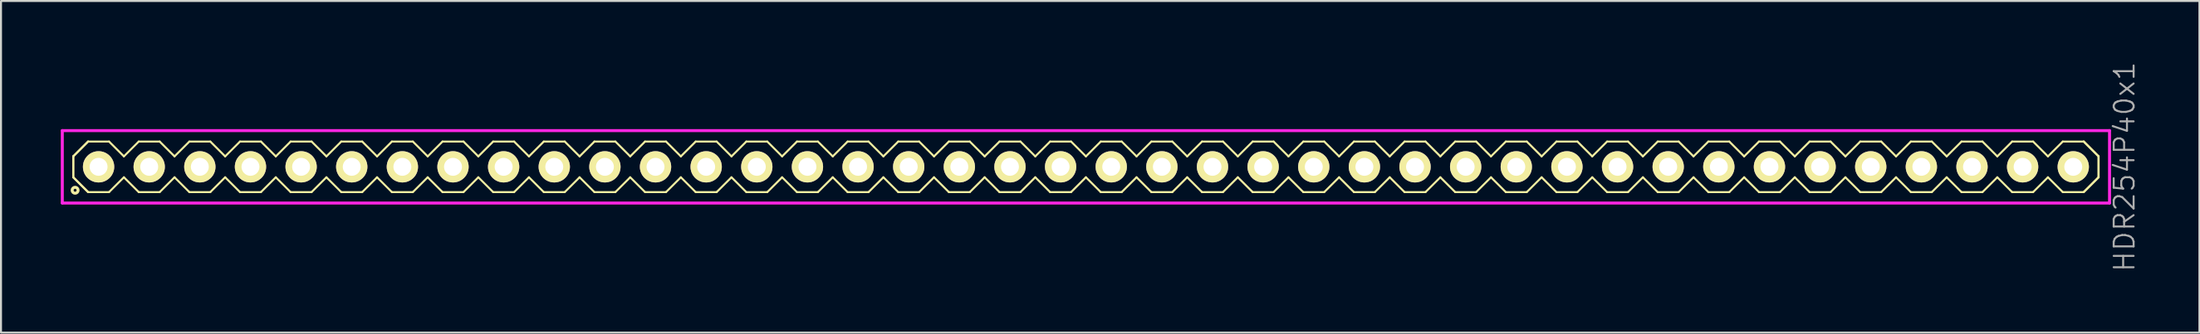
<source format=kicad_pcb>
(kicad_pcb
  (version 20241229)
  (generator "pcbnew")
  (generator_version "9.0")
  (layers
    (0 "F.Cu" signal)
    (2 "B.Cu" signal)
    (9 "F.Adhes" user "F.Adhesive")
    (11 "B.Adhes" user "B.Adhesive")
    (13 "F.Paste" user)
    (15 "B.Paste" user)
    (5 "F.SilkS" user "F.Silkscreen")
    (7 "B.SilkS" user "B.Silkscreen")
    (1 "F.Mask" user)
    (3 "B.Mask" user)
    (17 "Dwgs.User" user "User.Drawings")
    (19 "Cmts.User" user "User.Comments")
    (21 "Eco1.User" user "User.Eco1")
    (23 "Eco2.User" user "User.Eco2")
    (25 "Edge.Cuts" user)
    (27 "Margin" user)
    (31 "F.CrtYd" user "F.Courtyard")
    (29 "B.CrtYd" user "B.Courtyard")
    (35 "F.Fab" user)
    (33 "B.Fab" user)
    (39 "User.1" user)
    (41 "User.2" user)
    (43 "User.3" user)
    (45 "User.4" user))
  (footprint "HDR254P40x1"
    (layer "F.Cu")
    (at 51.425 5.336)
    (property "Reference" "HDR254P40x1" (at 52.1 0 90) (layer "F.Fab") (effects (font (size 1 1) (thickness 0.1))))
    (attr through_hole)
    (fp_line (start -50.8 -0.526) (end -50.056 -1.27) (stroke (width 0.1) (type solid)) (layer "F.SilkS"))
    (fp_line (start -50.8 -0.526) (end -50.056 -1.27) (stroke (width 0.1) (type solid)) (layer "F.SilkS"))
    (fp_line (start -50.8 0.526) (end -50.8 -0.526) (stroke (width 0.1) (type solid)) (layer "F.SilkS"))
    (fp_line (start -50.8 0.526) (end -50.8 -0.526) (stroke (width 0.1) (type solid)) (layer "F.SilkS"))
    (fp_line (start -50.056 -1.27) (end -49.004 -1.27) (stroke (width 0.1) (type solid)) (layer "F.SilkS"))
    (fp_line (start -50.056 1.27) (end -50.8 0.526) (stroke (width 0.1) (type solid)) (layer "F.SilkS"))
    (fp_line (start -50.056 1.27) (end -50.8 0.526) (stroke (width 0.1) (type solid)) (layer "F.SilkS"))
    (fp_line (start -49.004 -1.27) (end -48.26 -0.526) (stroke (width 0.1) (type solid)) (layer "F.SilkS"))
    (fp_line (start -49.004 1.27) (end -50.056 1.27) (stroke (width 0.1) (type solid)) (layer "F.SilkS"))
    (fp_line (start -48.26 -0.526) (end -47.516 -1.27) (stroke (width 0.1) (type solid)) (layer "F.SilkS"))
    (fp_line (start -48.26 0.526) (end -49.004 1.27) (stroke (width 0.1) (type solid)) (layer "F.SilkS"))
    (fp_line (start -47.516 -1.27) (end -46.464 -1.27) (stroke (width 0.1) (type solid)) (layer "F.SilkS"))
    (fp_line (start -47.516 1.27) (end -48.26 0.526) (stroke (width 0.1) (type solid)) (layer "F.SilkS"))
    (fp_line (start -46.464 -1.27) (end -45.72 -0.526) (stroke (width 0.1) (type solid)) (layer "F.SilkS"))
    (fp_line (start -46.464 1.27) (end -47.516 1.27) (stroke (width 0.1) (type solid)) (layer "F.SilkS"))
    (fp_line (start -45.72 -0.526) (end -44.976 -1.27) (stroke (width 0.1) (type solid)) (layer "F.SilkS"))
    (fp_line (start -45.72 0.526) (end -46.464 1.27) (stroke (width 0.1) (type solid)) (layer "F.SilkS"))
    (fp_line (start -44.976 -1.27) (end -43.924 -1.27) (stroke (width 0.1) (type solid)) (layer "F.SilkS"))
    (fp_line (start -44.976 1.27) (end -45.72 0.526) (stroke (width 0.1) (type solid)) (layer "F.SilkS"))
    (fp_line (start -43.924 -1.27) (end -43.18 -0.526) (stroke (width 0.1) (type solid)) (layer "F.SilkS"))
    (fp_line (start -43.924 1.27) (end -44.976 1.27) (stroke (width 0.1) (type solid)) (layer "F.SilkS"))
    (fp_line (start -43.18 -0.526) (end -42.436 -1.27) (stroke (width 0.1) (type solid)) (layer "F.SilkS"))
    (fp_line (start -43.18 0.526) (end -43.924 1.27) (stroke (width 0.1) (type solid)) (layer "F.SilkS"))
    (fp_line (start -42.436 -1.27) (end -41.384 -1.27) (stroke (width 0.1) (type solid)) (layer "F.SilkS"))
    (fp_line (start -42.436 1.27) (end -43.18 0.526) (stroke (width 0.1) (type solid)) (layer "F.SilkS"))
    (fp_line (start -41.384 -1.27) (end -40.64 -0.526) (stroke (width 0.1) (type solid)) (layer "F.SilkS"))
    (fp_line (start -41.384 1.27) (end -42.436 1.27) (stroke (width 0.1) (type solid)) (layer "F.SilkS"))
    (fp_line (start -40.64 -0.526) (end -39.896 -1.27) (stroke (width 0.1) (type solid)) (layer "F.SilkS"))
    (fp_line (start -40.64 0.526) (end -41.384 1.27) (stroke (width 0.1) (type solid)) (layer "F.SilkS"))
    (fp_line (start -39.896 -1.27) (end -38.844 -1.27) (stroke (width 0.1) (type solid)) (layer "F.SilkS"))
    (fp_line (start -39.896 1.27) (end -40.64 0.526) (stroke (width 0.1) (type solid)) (layer "F.SilkS"))
    (fp_line (start -38.844 -1.27) (end -38.1 -0.526) (stroke (width 0.1) (type solid)) (layer "F.SilkS"))
    (fp_line (start -38.844 1.27) (end -39.896 1.27) (stroke (width 0.1) (type solid)) (layer "F.SilkS"))
    (fp_line (start -38.1 -0.526) (end -37.356 -1.27) (stroke (width 0.1) (type solid)) (layer "F.SilkS"))
    (fp_line (start -38.1 0.526) (end -38.844 1.27) (stroke (width 0.1) (type solid)) (layer "F.SilkS"))
    (fp_line (start -37.356 -1.27) (end -36.304 -1.27) (stroke (width 0.1) (type solid)) (layer "F.SilkS"))
    (fp_line (start -37.356 1.27) (end -38.1 0.526) (stroke (width 0.1) (type solid)) (layer "F.SilkS"))
    (fp_line (start -36.304 -1.27) (end -35.56 -0.526) (stroke (width 0.1) (type solid)) (layer "F.SilkS"))
    (fp_line (start -36.304 1.27) (end -37.356 1.27) (stroke (width 0.1) (type solid)) (layer "F.SilkS"))
    (fp_line (start -35.56 -0.526) (end -34.816 -1.27) (stroke (width 0.1) (type solid)) (layer "F.SilkS"))
    (fp_line (start -35.56 0.526) (end -36.304 1.27) (stroke (width 0.1) (type solid)) (layer "F.SilkS"))
    (fp_line (start -34.816 -1.27) (end -33.764 -1.27) (stroke (width 0.1) (type solid)) (layer "F.SilkS"))
    (fp_line (start -34.816 1.27) (end -35.56 0.526) (stroke (width 0.1) (type solid)) (layer "F.SilkS"))
    (fp_line (start -33.764 -1.27) (end -33.02 -0.526) (stroke (width 0.1) (type solid)) (layer "F.SilkS"))
    (fp_line (start -33.764 1.27) (end -34.816 1.27) (stroke (width 0.1) (type solid)) (layer "F.SilkS"))
    (fp_line (start -33.02 -0.526) (end -32.276 -1.27) (stroke (width 0.1) (type solid)) (layer "F.SilkS"))
    (fp_line (start -33.02 0.526) (end -33.764 1.27) (stroke (width 0.1) (type solid)) (layer "F.SilkS"))
    (fp_line (start -32.276 -1.27) (end -31.224 -1.27) (stroke (width 0.1) (type solid)) (layer "F.SilkS"))
    (fp_line (start -32.276 1.27) (end -33.02 0.526) (stroke (width 0.1) (type solid)) (layer "F.SilkS"))
    (fp_line (start -31.224 -1.27) (end -30.48 -0.526) (stroke (width 0.1) (type solid)) (layer "F.SilkS"))
    (fp_line (start -31.224 1.27) (end -32.276 1.27) (stroke (width 0.1) (type solid)) (layer "F.SilkS"))
    (fp_line (start -30.48 -0.526) (end -29.736 -1.27) (stroke (width 0.1) (type solid)) (layer "F.SilkS"))
    (fp_line (start -30.48 0.526) (end -31.224 1.27) (stroke (width 0.1) (type solid)) (layer "F.SilkS"))
    (fp_line (start -29.736 -1.27) (end -28.684 -1.27) (stroke (width 0.1) (type solid)) (layer "F.SilkS"))
    (fp_line (start -29.736 1.27) (end -30.48 0.526) (stroke (width 0.1) (type solid)) (layer "F.SilkS"))
    (fp_line (start -28.684 -1.27) (end -27.94 -0.526) (stroke (width 0.1) (type solid)) (layer "F.SilkS"))
    (fp_line (start -28.684 1.27) (end -29.736 1.27) (stroke (width 0.1) (type solid)) (layer "F.SilkS"))
    (fp_line (start -27.94 -0.526) (end -27.196 -1.27) (stroke (width 0.1) (type solid)) (layer "F.SilkS"))
    (fp_line (start -27.94 0.526) (end -28.684 1.27) (stroke (width 0.1) (type solid)) (layer "F.SilkS"))
    (fp_line (start -27.196 -1.27) (end -26.144 -1.27) (stroke (width 0.1) (type solid)) (layer "F.SilkS"))
    (fp_line (start -27.196 1.27) (end -27.94 0.526) (stroke (width 0.1) (type solid)) (layer "F.SilkS"))
    (fp_line (start -26.144 -1.27) (end -25.4 -0.526) (stroke (width 0.1) (type solid)) (layer "F.SilkS"))
    (fp_line (start -26.144 1.27) (end -27.196 1.27) (stroke (width 0.1) (type solid)) (layer "F.SilkS"))
    (fp_line (start -25.4 -0.526) (end -24.656 -1.27) (stroke (width 0.1) (type solid)) (layer "F.SilkS"))
    (fp_line (start -25.4 0.526) (end -26.144 1.27) (stroke (width 0.1) (type solid)) (layer "F.SilkS"))
    (fp_line (start -24.656 -1.27) (end -23.604 -1.27) (stroke (width 0.1) (type solid)) (layer "F.SilkS"))
    (fp_line (start -24.656 1.27) (end -25.4 0.526) (stroke (width 0.1) (type solid)) (layer "F.SilkS"))
    (fp_line (start -23.604 -1.27) (end -22.86 -0.526) (stroke (width 0.1) (type solid)) (layer "F.SilkS"))
    (fp_line (start -23.604 1.27) (end -24.656 1.27) (stroke (width 0.1) (type solid)) (layer "F.SilkS"))
    (fp_line (start -22.86 -0.526) (end -22.116 -1.27) (stroke (width 0.1) (type solid)) (layer "F.SilkS"))
    (fp_line (start -22.86 0.526) (end -23.604 1.27) (stroke (width 0.1) (type solid)) (layer "F.SilkS"))
    (fp_line (start -22.116 -1.27) (end -21.064 -1.27) (stroke (width 0.1) (type solid)) (layer "F.SilkS"))
    (fp_line (start -22.116 1.27) (end -22.86 0.526) (stroke (width 0.1) (type solid)) (layer "F.SilkS"))
    (fp_line (start -21.064 -1.27) (end -20.32 -0.526) (stroke (width 0.1) (type solid)) (layer "F.SilkS"))
    (fp_line (start -21.064 1.27) (end -22.116 1.27) (stroke (width 0.1) (type solid)) (layer "F.SilkS"))
    (fp_line (start -20.32 -0.526) (end -19.576 -1.27) (stroke (width 0.1) (type solid)) (layer "F.SilkS"))
    (fp_line (start -20.32 0.526) (end -21.064 1.27) (stroke (width 0.1) (type solid)) (layer "F.SilkS"))
    (fp_line (start -19.576 -1.27) (end -18.524 -1.27) (stroke (width 0.1) (type solid)) (layer "F.SilkS"))
    (fp_line (start -19.576 1.27) (end -20.32 0.526) (stroke (width 0.1) (type solid)) (layer "F.SilkS"))
    (fp_line (start -18.524 -1.27) (end -17.78 -0.526) (stroke (width 0.1) (type solid)) (layer "F.SilkS"))
    (fp_line (start -18.524 1.27) (end -19.576 1.27) (stroke (width 0.1) (type solid)) (layer "F.SilkS"))
    (fp_line (start -17.78 -0.526) (end -17.036 -1.27) (stroke (width 0.1) (type solid)) (layer "F.SilkS"))
    (fp_line (start -17.78 0.526) (end -18.524 1.27) (stroke (width 0.1) (type solid)) (layer "F.SilkS"))
    (fp_line (start -17.036 -1.27) (end -15.984 -1.27) (stroke (width 0.1) (type solid)) (layer "F.SilkS"))
    (fp_line (start -17.036 1.27) (end -17.78 0.526) (stroke (width 0.1) (type solid)) (layer "F.SilkS"))
    (fp_line (start -15.984 -1.27) (end -15.24 -0.526) (stroke (width 0.1) (type solid)) (layer "F.SilkS"))
    (fp_line (start -15.984 1.27) (end -17.036 1.27) (stroke (width 0.1) (type solid)) (layer "F.SilkS"))
    (fp_line (start -15.24 -0.526) (end -14.496 -1.27) (stroke (width 0.1) (type solid)) (layer "F.SilkS"))
    (fp_line (start -15.24 0.526) (end -15.984 1.27) (stroke (width 0.1) (type solid)) (layer "F.SilkS"))
    (fp_line (start -14.496 -1.27) (end -13.444 -1.27) (stroke (width 0.1) (type solid)) (layer "F.SilkS"))
    (fp_line (start -14.496 1.27) (end -15.24 0.526) (stroke (width 0.1) (type solid)) (layer "F.SilkS"))
    (fp_line (start -13.444 -1.27) (end -12.7 -0.526) (stroke (width 0.1) (type solid)) (layer "F.SilkS"))
    (fp_line (start -13.444 1.27) (end -14.496 1.27) (stroke (width 0.1) (type solid)) (layer "F.SilkS"))
    (fp_line (start -12.7 -0.526) (end -11.956 -1.27) (stroke (width 0.1) (type solid)) (layer "F.SilkS"))
    (fp_line (start -12.7 0.526) (end -13.444 1.27) (stroke (width 0.1) (type solid)) (layer "F.SilkS"))
    (fp_line (start -11.956 -1.27) (end -10.904 -1.27) (stroke (width 0.1) (type solid)) (layer "F.SilkS"))
    (fp_line (start -11.956 1.27) (end -12.7 0.526) (stroke (width 0.1) (type solid)) (layer "F.SilkS"))
    (fp_line (start -10.904 -1.27) (end -10.16 -0.526) (stroke (width 0.1) (type solid)) (layer "F.SilkS"))
    (fp_line (start -10.904 1.27) (end -11.956 1.27) (stroke (width 0.1) (type solid)) (layer "F.SilkS"))
    (fp_line (start -10.16 -0.526) (end -9.416 -1.27) (stroke (width 0.1) (type solid)) (layer "F.SilkS"))
    (fp_line (start -10.16 0.526) (end -10.904 1.27) (stroke (width 0.1) (type solid)) (layer "F.SilkS"))
    (fp_line (start -9.416 -1.27) (end -8.364 -1.27) (stroke (width 0.1) (type solid)) (layer "F.SilkS"))
    (fp_line (start -9.416 1.27) (end -10.16 0.526) (stroke (width 0.1) (type solid)) (layer "F.SilkS"))
    (fp_line (start -8.364 -1.27) (end -7.62 -0.526) (stroke (width 0.1) (type solid)) (layer "F.SilkS"))
    (fp_line (start -8.364 1.27) (end -9.416 1.27) (stroke (width 0.1) (type solid)) (layer "F.SilkS"))
    (fp_line (start -7.62 -0.526) (end -6.876 -1.27) (stroke (width 0.1) (type solid)) (layer "F.SilkS"))
    (fp_line (start -7.62 0.526) (end -8.364 1.27) (stroke (width 0.1) (type solid)) (layer "F.SilkS"))
    (fp_line (start -6.876 -1.27) (end -5.824 -1.27) (stroke (width 0.1) (type solid)) (layer "F.SilkS"))
    (fp_line (start -6.876 1.27) (end -7.62 0.526) (stroke (width 0.1) (type solid)) (layer "F.SilkS"))
    (fp_line (start -5.824 -1.27) (end -5.08 -0.526) (stroke (width 0.1) (type solid)) (layer "F.SilkS"))
    (fp_line (start -5.824 1.27) (end -6.876 1.27) (stroke (width 0.1) (type solid)) (layer "F.SilkS"))
    (fp_line (start -5.08 -0.526) (end -4.336 -1.27) (stroke (width 0.1) (type solid)) (layer "F.SilkS"))
    (fp_line (start -5.08 0.526) (end -5.824 1.27) (stroke (width 0.1) (type solid)) (layer "F.SilkS"))
    (fp_line (start -4.336 -1.27) (end -3.284 -1.27) (stroke (width 0.1) (type solid)) (layer "F.SilkS"))
    (fp_line (start -4.336 1.27) (end -5.08 0.526) (stroke (width 0.1) (type solid)) (layer "F.SilkS"))
    (fp_line (start -3.284 -1.27) (end -2.54 -0.526) (stroke (width 0.1) (type solid)) (layer "F.SilkS"))
    (fp_line (start -3.284 1.27) (end -4.336 1.27) (stroke (width 0.1) (type solid)) (layer "F.SilkS"))
    (fp_line (start -2.54 -0.526) (end -1.796 -1.27) (stroke (width 0.1) (type solid)) (layer "F.SilkS"))
    (fp_line (start -2.54 0.526) (end -3.284 1.27) (stroke (width 0.1) (type solid)) (layer "F.SilkS"))
    (fp_line (start -1.796 -1.27) (end -0.744 -1.27) (stroke (width 0.1) (type solid)) (layer "F.SilkS"))
    (fp_line (start -1.796 1.27) (end -2.54 0.526) (stroke (width 0.1) (type solid)) (layer "F.SilkS"))
    (fp_line (start -0.744 -1.27) (end 0 -0.526) (stroke (width 0.1) (type solid)) (layer "F.SilkS"))
    (fp_line (start -0.744 1.27) (end -1.796 1.27) (stroke (width 0.1) (type solid)) (layer "F.SilkS"))
    (fp_line (start 0 -0.526) (end 0.744 -1.27) (stroke (width 0.1) (type solid)) (layer "F.SilkS"))
    (fp_line (start 0 0.526) (end -0.744 1.27) (stroke (width 0.1) (type solid)) (layer "F.SilkS"))
    (fp_line (start 0.744 -1.27) (end 1.796 -1.27) (stroke (width 0.1) (type solid)) (layer "F.SilkS"))
    (fp_line (start 0.744 1.27) (end 0 0.526) (stroke (width 0.1) (type solid)) (layer "F.SilkS"))
    (fp_line (start 1.796 -1.27) (end 2.54 -0.526) (stroke (width 0.1) (type solid)) (layer "F.SilkS"))
    (fp_line (start 1.796 1.27) (end 0.744 1.27) (stroke (width 0.1) (type solid)) (layer "F.SilkS"))
    (fp_line (start 2.54 -0.526) (end 3.284 -1.27) (stroke (width 0.1) (type solid)) (layer "F.SilkS"))
    (fp_line (start 2.54 0.526) (end 1.796 1.27) (stroke (width 0.1) (type solid)) (layer "F.SilkS"))
    (fp_line (start 3.284 -1.27) (end 4.336 -1.27) (stroke (width 0.1) (type solid)) (layer "F.SilkS"))
    (fp_line (start 3.284 1.27) (end 2.54 0.526) (stroke (width 0.1) (type solid)) (layer "F.SilkS"))
    (fp_line (start 4.336 -1.27) (end 5.08 -0.526) (stroke (width 0.1) (type solid)) (layer "F.SilkS"))
    (fp_line (start 4.336 1.27) (end 3.284 1.27) (stroke (width 0.1) (type solid)) (layer "F.SilkS"))
    (fp_line (start 5.08 -0.526) (end 5.824 -1.27) (stroke (width 0.1) (type solid)) (layer "F.SilkS"))
    (fp_line (start 5.08 0.526) (end 4.336 1.27) (stroke (width 0.1) (type solid)) (layer "F.SilkS"))
    (fp_line (start 5.824 -1.27) (end 6.876 -1.27) (stroke (width 0.1) (type solid)) (layer "F.SilkS"))
    (fp_line (start 5.824 1.27) (end 5.08 0.526) (stroke (width 0.1) (type solid)) (layer "F.SilkS"))
    (fp_line (start 6.876 -1.27) (end 7.62 -0.526) (stroke (width 0.1) (type solid)) (layer "F.SilkS"))
    (fp_line (start 6.876 1.27) (end 5.824 1.27) (stroke (width 0.1) (type solid)) (layer "F.SilkS"))
    (fp_line (start 7.62 -0.526) (end 8.364 -1.27) (stroke (width 0.1) (type solid)) (layer "F.SilkS"))
    (fp_line (start 7.62 0.526) (end 6.876 1.27) (stroke (width 0.1) (type solid)) (layer "F.SilkS"))
    (fp_line (start 8.364 -1.27) (end 9.416 -1.27) (stroke (width 0.1) (type solid)) (layer "F.SilkS"))
    (fp_line (start 8.364 1.27) (end 7.62 0.526) (stroke (width 0.1) (type solid)) (layer "F.SilkS"))
    (fp_line (start 9.416 -1.27) (end 10.16 -0.526) (stroke (width 0.1) (type solid)) (layer "F.SilkS"))
    (fp_line (start 9.416 1.27) (end 8.364 1.27) (stroke (width 0.1) (type solid)) (layer "F.SilkS"))
    (fp_line (start 10.16 -0.526) (end 10.904 -1.27) (stroke (width 0.1) (type solid)) (layer "F.SilkS"))
    (fp_line (start 10.16 0.526) (end 9.416 1.27) (stroke (width 0.1) (type solid)) (layer "F.SilkS"))
    (fp_line (start 10.904 -1.27) (end 11.956 -1.27) (stroke (width 0.1) (type solid)) (layer "F.SilkS"))
    (fp_line (start 10.904 1.27) (end 10.16 0.526) (stroke (width 0.1) (type solid)) (layer "F.SilkS"))
    (fp_line (start 11.956 -1.27) (end 12.7 -0.526) (stroke (width 0.1) (type solid)) (layer "F.SilkS"))
    (fp_line (start 11.956 1.27) (end 10.904 1.27) (stroke (width 0.1) (type solid)) (layer "F.SilkS"))
    (fp_line (start 12.7 -0.526) (end 13.444 -1.27) (stroke (width 0.1) (type solid)) (layer "F.SilkS"))
    (fp_line (start 12.7 0.526) (end 11.956 1.27) (stroke (width 0.1) (type solid)) (layer "F.SilkS"))
    (fp_line (start 13.444 -1.27) (end 14.496 -1.27) (stroke (width 0.1) (type solid)) (layer "F.SilkS"))
    (fp_line (start 13.444 1.27) (end 12.7 0.526) (stroke (width 0.1) (type solid)) (layer "F.SilkS"))
    (fp_line (start 14.496 -1.27) (end 15.24 -0.526) (stroke (width 0.1) (type solid)) (layer "F.SilkS"))
    (fp_line (start 14.496 1.27) (end 13.444 1.27) (stroke (width 0.1) (type solid)) (layer "F.SilkS"))
    (fp_line (start 15.24 -0.526) (end 15.984 -1.27) (stroke (width 0.1) (type solid)) (layer "F.SilkS"))
    (fp_line (start 15.24 0.526) (end 14.496 1.27) (stroke (width 0.1) (type solid)) (layer "F.SilkS"))
    (fp_line (start 15.984 -1.27) (end 17.036 -1.27) (stroke (width 0.1) (type solid)) (layer "F.SilkS"))
    (fp_line (start 15.984 1.27) (end 15.24 0.526) (stroke (width 0.1) (type solid)) (layer "F.SilkS"))
    (fp_line (start 17.036 -1.27) (end 17.78 -0.526) (stroke (width 0.1) (type solid)) (layer "F.SilkS"))
    (fp_line (start 17.036 1.27) (end 15.984 1.27) (stroke (width 0.1) (type solid)) (layer "F.SilkS"))
    (fp_line (start 17.78 -0.526) (end 18.524 -1.27) (stroke (width 0.1) (type solid)) (layer "F.SilkS"))
    (fp_line (start 17.78 0.526) (end 17.036 1.27) (stroke (width 0.1) (type solid)) (layer "F.SilkS"))
    (fp_line (start 18.524 -1.27) (end 19.576 -1.27) (stroke (width 0.1) (type solid)) (layer "F.SilkS"))
    (fp_line (start 18.524 1.27) (end 17.78 0.526) (stroke (width 0.1) (type solid)) (layer "F.SilkS"))
    (fp_line (start 19.576 -1.27) (end 20.32 -0.526) (stroke (width 0.1) (type solid)) (layer "F.SilkS"))
    (fp_line (start 19.576 1.27) (end 18.524 1.27) (stroke (width 0.1) (type solid)) (layer "F.SilkS"))
    (fp_line (start 20.32 -0.526) (end 21.064 -1.27) (stroke (width 0.1) (type solid)) (layer "F.SilkS"))
    (fp_line (start 20.32 0.526) (end 19.576 1.27) (stroke (width 0.1) (type solid)) (layer "F.SilkS"))
    (fp_line (start 21.064 -1.27) (end 22.116 -1.27) (stroke (width 0.1) (type solid)) (layer "F.SilkS"))
    (fp_line (start 21.064 1.27) (end 20.32 0.526) (stroke (width 0.1) (type solid)) (layer "F.SilkS"))
    (fp_line (start 22.116 -1.27) (end 22.86 -0.526) (stroke (width 0.1) (type solid)) (layer "F.SilkS"))
    (fp_line (start 22.116 1.27) (end 21.064 1.27) (stroke (width 0.1) (type solid)) (layer "F.SilkS"))
    (fp_line (start 22.86 -0.526) (end 23.604 -1.27) (stroke (width 0.1) (type solid)) (layer "F.SilkS"))
    (fp_line (start 22.86 0.526) (end 22.116 1.27) (stroke (width 0.1) (type solid)) (layer "F.SilkS"))
    (fp_line (start 23.604 -1.27) (end 24.656 -1.27) (stroke (width 0.1) (type solid)) (layer "F.SilkS"))
    (fp_line (start 23.604 1.27) (end 22.86 0.526) (stroke (width 0.1) (type solid)) (layer "F.SilkS"))
    (fp_line (start 24.656 -1.27) (end 25.4 -0.526) (stroke (width 0.1) (type solid)) (layer "F.SilkS"))
    (fp_line (start 24.656 1.27) (end 23.604 1.27) (stroke (width 0.1) (type solid)) (layer "F.SilkS"))
    (fp_line (start 25.4 -0.526) (end 26.144 -1.27) (stroke (width 0.1) (type solid)) (layer "F.SilkS"))
    (fp_line (start 25.4 0.526) (end 24.656 1.27) (stroke (width 0.1) (type solid)) (layer "F.SilkS"))
    (fp_line (start 26.144 -1.27) (end 27.196 -1.27) (stroke (width 0.1) (type solid)) (layer "F.SilkS"))
    (fp_line (start 26.144 1.27) (end 25.4 0.526) (stroke (width 0.1) (type solid)) (layer "F.SilkS"))
    (fp_line (start 27.196 -1.27) (end 27.94 -0.526) (stroke (width 0.1) (type solid)) (layer "F.SilkS"))
    (fp_line (start 27.196 1.27) (end 26.144 1.27) (stroke (width 0.1) (type solid)) (layer "F.SilkS"))
    (fp_line (start 27.94 -0.526) (end 28.684 -1.27) (stroke (width 0.1) (type solid)) (layer "F.SilkS"))
    (fp_line (start 27.94 0.526) (end 27.196 1.27) (stroke (width 0.1) (type solid)) (layer "F.SilkS"))
    (fp_line (start 28.684 -1.27) (end 29.736 -1.27) (stroke (width 0.1) (type solid)) (layer "F.SilkS"))
    (fp_line (start 28.684 1.27) (end 27.94 0.526) (stroke (width 0.1) (type solid)) (layer "F.SilkS"))
    (fp_line (start 29.736 -1.27) (end 30.48 -0.526) (stroke (width 0.1) (type solid)) (layer "F.SilkS"))
    (fp_line (start 29.736 1.27) (end 28.684 1.27) (stroke (width 0.1) (type solid)) (layer "F.SilkS"))
    (fp_line (start 30.48 -0.526) (end 31.224 -1.27) (stroke (width 0.1) (type solid)) (layer "F.SilkS"))
    (fp_line (start 30.48 0.526) (end 29.736 1.27) (stroke (width 0.1) (type solid)) (layer "F.SilkS"))
    (fp_line (start 31.224 -1.27) (end 32.276 -1.27) (stroke (width 0.1) (type solid)) (layer "F.SilkS"))
    (fp_line (start 31.224 1.27) (end 30.48 0.526) (stroke (width 0.1) (type solid)) (layer "F.SilkS"))
    (fp_line (start 32.276 -1.27) (end 33.02 -0.526) (stroke (width 0.1) (type solid)) (layer "F.SilkS"))
    (fp_line (start 32.276 1.27) (end 31.224 1.27) (stroke (width 0.1) (type solid)) (layer "F.SilkS"))
    (fp_line (start 33.02 -0.526) (end 33.764 -1.27) (stroke (width 0.1) (type solid)) (layer "F.SilkS"))
    (fp_line (start 33.02 0.526) (end 32.276 1.27) (stroke (width 0.1) (type solid)) (layer "F.SilkS"))
    (fp_line (start 33.764 -1.27) (end 34.816 -1.27) (stroke (width 0.1) (type solid)) (layer "F.SilkS"))
    (fp_line (start 33.764 1.27) (end 33.02 0.526) (stroke (width 0.1) (type solid)) (layer "F.SilkS"))
    (fp_line (start 34.816 -1.27) (end 35.56 -0.526) (stroke (width 0.1) (type solid)) (layer "F.SilkS"))
    (fp_line (start 34.816 1.27) (end 33.764 1.27) (stroke (width 0.1) (type solid)) (layer "F.SilkS"))
    (fp_line (start 35.56 -0.526) (end 36.304 -1.27) (stroke (width 0.1) (type solid)) (layer "F.SilkS"))
    (fp_line (start 35.56 0.526) (end 34.816 1.27) (stroke (width 0.1) (type solid)) (layer "F.SilkS"))
    (fp_line (start 36.304 -1.27) (end 37.356 -1.27) (stroke (width 0.1) (type solid)) (layer "F.SilkS"))
    (fp_line (start 36.304 1.27) (end 35.56 0.526) (stroke (width 0.1) (type solid)) (layer "F.SilkS"))
    (fp_line (start 37.356 -1.27) (end 38.1 -0.526) (stroke (width 0.1) (type solid)) (layer "F.SilkS"))
    (fp_line (start 37.356 1.27) (end 36.304 1.27) (stroke (width 0.1) (type solid)) (layer "F.SilkS"))
    (fp_line (start 38.1 -0.526) (end 38.844 -1.27) (stroke (width 0.1) (type solid)) (layer "F.SilkS"))
    (fp_line (start 38.1 0.526) (end 37.356 1.27) (stroke (width 0.1) (type solid)) (layer "F.SilkS"))
    (fp_line (start 38.844 -1.27) (end 39.896 -1.27) (stroke (width 0.1) (type solid)) (layer "F.SilkS"))
    (fp_line (start 38.844 1.27) (end 38.1 0.526) (stroke (width 0.1) (type solid)) (layer "F.SilkS"))
    (fp_line (start 39.896 -1.27) (end 40.64 -0.526) (stroke (width 0.1) (type solid)) (layer "F.SilkS"))
    (fp_line (start 39.896 1.27) (end 38.844 1.27) (stroke (width 0.1) (type solid)) (layer "F.SilkS"))
    (fp_line (start 40.64 -0.526) (end 41.384 -1.27) (stroke (width 0.1) (type solid)) (layer "F.SilkS"))
    (fp_line (start 40.64 0.526) (end 39.896 1.27) (stroke (width 0.1) (type solid)) (layer "F.SilkS"))
    (fp_line (start 41.384 -1.27) (end 42.436 -1.27) (stroke (width 0.1) (type solid)) (layer "F.SilkS"))
    (fp_line (start 41.384 1.27) (end 40.64 0.526) (stroke (width 0.1) (type solid)) (layer "F.SilkS"))
    (fp_line (start 42.436 -1.27) (end 43.18 -0.526) (stroke (width 0.1) (type solid)) (layer "F.SilkS"))
    (fp_line (start 42.436 1.27) (end 41.384 1.27) (stroke (width 0.1) (type solid)) (layer "F.SilkS"))
    (fp_line (start 43.18 -0.526) (end 43.924 -1.27) (stroke (width 0.1) (type solid)) (layer "F.SilkS"))
    (fp_line (start 43.18 0.526) (end 42.436 1.27) (stroke (width 0.1) (type solid)) (layer "F.SilkS"))
    (fp_line (start 43.924 -1.27) (end 44.976 -1.27) (stroke (width 0.1) (type solid)) (layer "F.SilkS"))
    (fp_line (start 43.924 1.27) (end 43.18 0.526) (stroke (width 0.1) (type solid)) (layer "F.SilkS"))
    (fp_line (start 44.976 -1.27) (end 45.72 -0.526) (stroke (width 0.1) (type solid)) (layer "F.SilkS"))
    (fp_line (start 44.976 1.27) (end 43.924 1.27) (stroke (width 0.1) (type solid)) (layer "F.SilkS"))
    (fp_line (start 45.72 -0.526) (end 46.464 -1.27) (stroke (width 0.1) (type solid)) (layer "F.SilkS"))
    (fp_line (start 45.72 0.526) (end 44.976 1.27) (stroke (width 0.1) (type solid)) (layer "F.SilkS"))
    (fp_line (start 46.464 -1.27) (end 47.516 -1.27) (stroke (width 0.1) (type solid)) (layer "F.SilkS"))
    (fp_line (start 46.464 1.27) (end 45.72 0.526) (stroke (width 0.1) (type solid)) (layer "F.SilkS"))
    (fp_line (start 47.516 -1.27) (end 48.26 -0.526) (stroke (width 0.1) (type solid)) (layer "F.SilkS"))
    (fp_line (start 47.516 1.27) (end 46.464 1.27) (stroke (width 0.1) (type solid)) (layer "F.SilkS"))
    (fp_line (start 48.26 -0.526) (end 49.004 -1.27) (stroke (width 0.1) (type solid)) (layer "F.SilkS"))
    (fp_line (start 48.26 0.526) (end 47.516 1.27) (stroke (width 0.1) (type solid)) (layer "F.SilkS"))
    (fp_line (start 49.004 -1.27) (end 50.056 -1.27) (stroke (width 0.1) (type solid)) (layer "F.SilkS"))
    (fp_line (start 49.004 1.27) (end 48.26 0.526) (stroke (width 0.1) (type solid)) (layer "F.SilkS"))
    (fp_line (start 50.056 -1.27) (end 50.8 -0.526) (stroke (width 0.1) (type solid)) (layer "F.SilkS"))
    (fp_line (start 50.056 -1.27) (end 50.8 -0.526) (stroke (width 0.1) (type solid)) (layer "F.SilkS"))
    (fp_line (start 50.056 1.27) (end 49.004 1.27) (stroke (width 0.1) (type solid)) (layer "F.SilkS"))
    (fp_line (start 50.8 -0.526) (end 50.8 0.526) (stroke (width 0.1) (type solid)) (layer "F.SilkS"))
    (fp_line (start 50.8 -0.526) (end 50.8 0.526) (stroke (width 0.1) (type solid)) (layer "F.SilkS"))
    (fp_line (start 50.8 0.526) (end 50.056 1.27) (stroke (width 0.1) (type solid)) (layer "F.SilkS"))
    (fp_line (start 50.8 0.526) (end 50.056 1.27) (stroke (width 0.1) (type solid)) (layer "F.SilkS"))
    (fp_circle (center -50.707 1.178) (end -50.558 1.178) (stroke (width 0.15) (type solid)) (fill no) (layer "F.SilkS"))
    (fp_line (start -51.35 -1.82) (end -51.35 1.82) (stroke (width 0.15) (type solid)) (layer "F.CrtYd"))
    (fp_line (start -51.35 1.82) (end 51.35 1.82) (stroke (width 0.15) (type solid)) (layer "F.CrtYd"))
    (fp_line (start 51.35 -1.82) (end -51.35 -1.82) (stroke (width 0.15) (type solid)) (layer "F.CrtYd"))
    (fp_line (start 51.35 1.82) (end 51.35 -1.82) (stroke (width 0.15) (type solid)) (layer "F.CrtYd"))
    (pad "1" thru_hole oval (at -49.53 0) (size 1.57 1.57) (drill 0.9) (layers "*.Cu" "*.Mask" "F.SilkS"))
    (pad "2" thru_hole oval (at -46.99 0) (size 1.57 1.57) (drill 0.9) (layers "*.Cu" "*.Mask" "F.SilkS"))
    (pad "3" thru_hole oval (at -44.45 0) (size 1.57 1.57) (drill 0.9) (layers "*.Cu" "*.Mask" "F.SilkS"))
    (pad "4" thru_hole oval (at -41.91 0) (size 1.57 1.57) (drill 0.9) (layers "*.Cu" "*.Mask" "F.SilkS"))
    (pad "5" thru_hole oval (at -39.37 0) (size 1.57 1.57) (drill 0.9) (layers "*.Cu" "*.Mask" "F.SilkS"))
    (pad "6" thru_hole oval (at -36.83 0) (size 1.57 1.57) (drill 0.9) (layers "*.Cu" "*.Mask" "F.SilkS"))
    (pad "7" thru_hole oval (at -34.29 0) (size 1.57 1.57) (drill 0.9) (layers "*.Cu" "*.Mask" "F.SilkS"))
    (pad "8" thru_hole oval (at -31.75 0) (size 1.57 1.57) (drill 0.9) (layers "*.Cu" "*.Mask" "F.SilkS"))
    (pad "9" thru_hole oval (at -29.21 0) (size 1.57 1.57) (drill 0.9) (layers "*.Cu" "*.Mask" "F.SilkS"))
    (pad "10" thru_hole oval (at -26.67 0) (size 1.57 1.57) (drill 0.9) (layers "*.Cu" "*.Mask" "F.SilkS"))
    (pad "11" thru_hole oval (at -24.13 0) (size 1.57 1.57) (drill 0.9) (layers "*.Cu" "*.Mask" "F.SilkS"))
    (pad "12" thru_hole oval (at -21.59 0) (size 1.57 1.57) (drill 0.9) (layers "*.Cu" "*.Mask" "F.SilkS"))
    (pad "13" thru_hole oval (at -19.05 0) (size 1.57 1.57) (drill 0.9) (layers "*.Cu" "*.Mask" "F.SilkS"))
    (pad "14" thru_hole oval (at -16.51 0) (size 1.57 1.57) (drill 0.9) (layers "*.Cu" "*.Mask" "F.SilkS"))
    (pad "15" thru_hole oval (at -13.97 0) (size 1.57 1.57) (drill 0.9) (layers "*.Cu" "*.Mask" "F.SilkS"))
    (pad "16" thru_hole oval (at -11.43 0) (size 1.57 1.57) (drill 0.9) (layers "*.Cu" "*.Mask" "F.SilkS"))
    (pad "17" thru_hole oval (at -8.89 0) (size 1.57 1.57) (drill 0.9) (layers "*.Cu" "*.Mask" "F.SilkS"))
    (pad "18" thru_hole oval (at -6.35 0) (size 1.57 1.57) (drill 0.9) (layers "*.Cu" "*.Mask" "F.SilkS"))
    (pad "19" thru_hole oval (at -3.81 0) (size 1.57 1.57) (drill 0.9) (layers "*.Cu" "*.Mask" "F.SilkS"))
    (pad "20" thru_hole oval (at -1.27 0) (size 1.57 1.57) (drill 0.9) (layers "*.Cu" "*.Mask" "F.SilkS"))
    (pad "21" thru_hole oval (at 1.27 0) (size 1.57 1.57) (drill 0.9) (layers "*.Cu" "*.Mask" "F.SilkS"))
    (pad "22" thru_hole oval (at 3.81 0) (size 1.57 1.57) (drill 0.9) (layers "*.Cu" "*.Mask" "F.SilkS"))
    (pad "23" thru_hole oval (at 6.35 0) (size 1.57 1.57) (drill 0.9) (layers "*.Cu" "*.Mask" "F.SilkS"))
    (pad "24" thru_hole oval (at 8.89 0) (size 1.57 1.57) (drill 0.9) (layers "*.Cu" "*.Mask" "F.SilkS"))
    (pad "25" thru_hole oval (at 11.43 0) (size 1.57 1.57) (drill 0.9) (layers "*.Cu" "*.Mask" "F.SilkS"))
    (pad "26" thru_hole oval (at 13.97 0) (size 1.57 1.57) (drill 0.9) (layers "*.Cu" "*.Mask" "F.SilkS"))
    (pad "27" thru_hole oval (at 16.51 0) (size 1.57 1.57) (drill 0.9) (layers "*.Cu" "*.Mask" "F.SilkS"))
    (pad "28" thru_hole oval (at 19.05 0) (size 1.57 1.57) (drill 0.9) (layers "*.Cu" "*.Mask" "F.SilkS"))
    (pad "29" thru_hole oval (at 21.59 0) (size 1.57 1.57) (drill 0.9) (layers "*.Cu" "*.Mask" "F.SilkS"))
    (pad "30" thru_hole oval (at 24.13 0) (size 1.57 1.57) (drill 0.9) (layers "*.Cu" "*.Mask" "F.SilkS"))
    (pad "31" thru_hole oval (at 26.67 0) (size 1.57 1.57) (drill 0.9) (layers "*.Cu" "*.Mask" "F.SilkS"))
    (pad "32" thru_hole oval (at 29.21 0) (size 1.57 1.57) (drill 0.9) (layers "*.Cu" "*.Mask" "F.SilkS"))
    (pad "33" thru_hole oval (at 31.75 0) (size 1.57 1.57) (drill 0.9) (layers "*.Cu" "*.Mask" "F.SilkS"))
    (pad "34" thru_hole oval (at 34.29 0) (size 1.57 1.57) (drill 0.9) (layers "*.Cu" "*.Mask" "F.SilkS"))
    (pad "35" thru_hole oval (at 36.83 0) (size 1.57 1.57) (drill 0.9) (layers "*.Cu" "*.Mask" "F.SilkS"))
    (pad "36" thru_hole oval (at 39.37 0) (size 1.57 1.57) (drill 0.9) (layers "*.Cu" "*.Mask" "F.SilkS"))
    (pad "37" thru_hole oval (at 41.91 0) (size 1.57 1.57) (drill 0.9) (layers "*.Cu" "*.Mask" "F.SilkS"))
    (pad "38" thru_hole oval (at 44.45 0) (size 1.57 1.57) (drill 0.9) (layers "*.Cu" "*.Mask" "F.SilkS"))
    (pad "39" thru_hole oval (at 46.99 0) (size 1.57 1.57) (drill 0.9) (layers "*.Cu" "*.Mask" "F.SilkS"))
    (pad "40" thru_hole oval (at 49.53 0) (size 1.57 1.57) (drill 0.9) (layers "*.Cu" "*.Mask" "F.SilkS")))
  (gr_rect
    (start -3 -3)
    (end 107.285 13.671)
    (stroke (width 0.1) (type default))
    (fill no)
    (layer "Edge.Cuts")))
</source>
